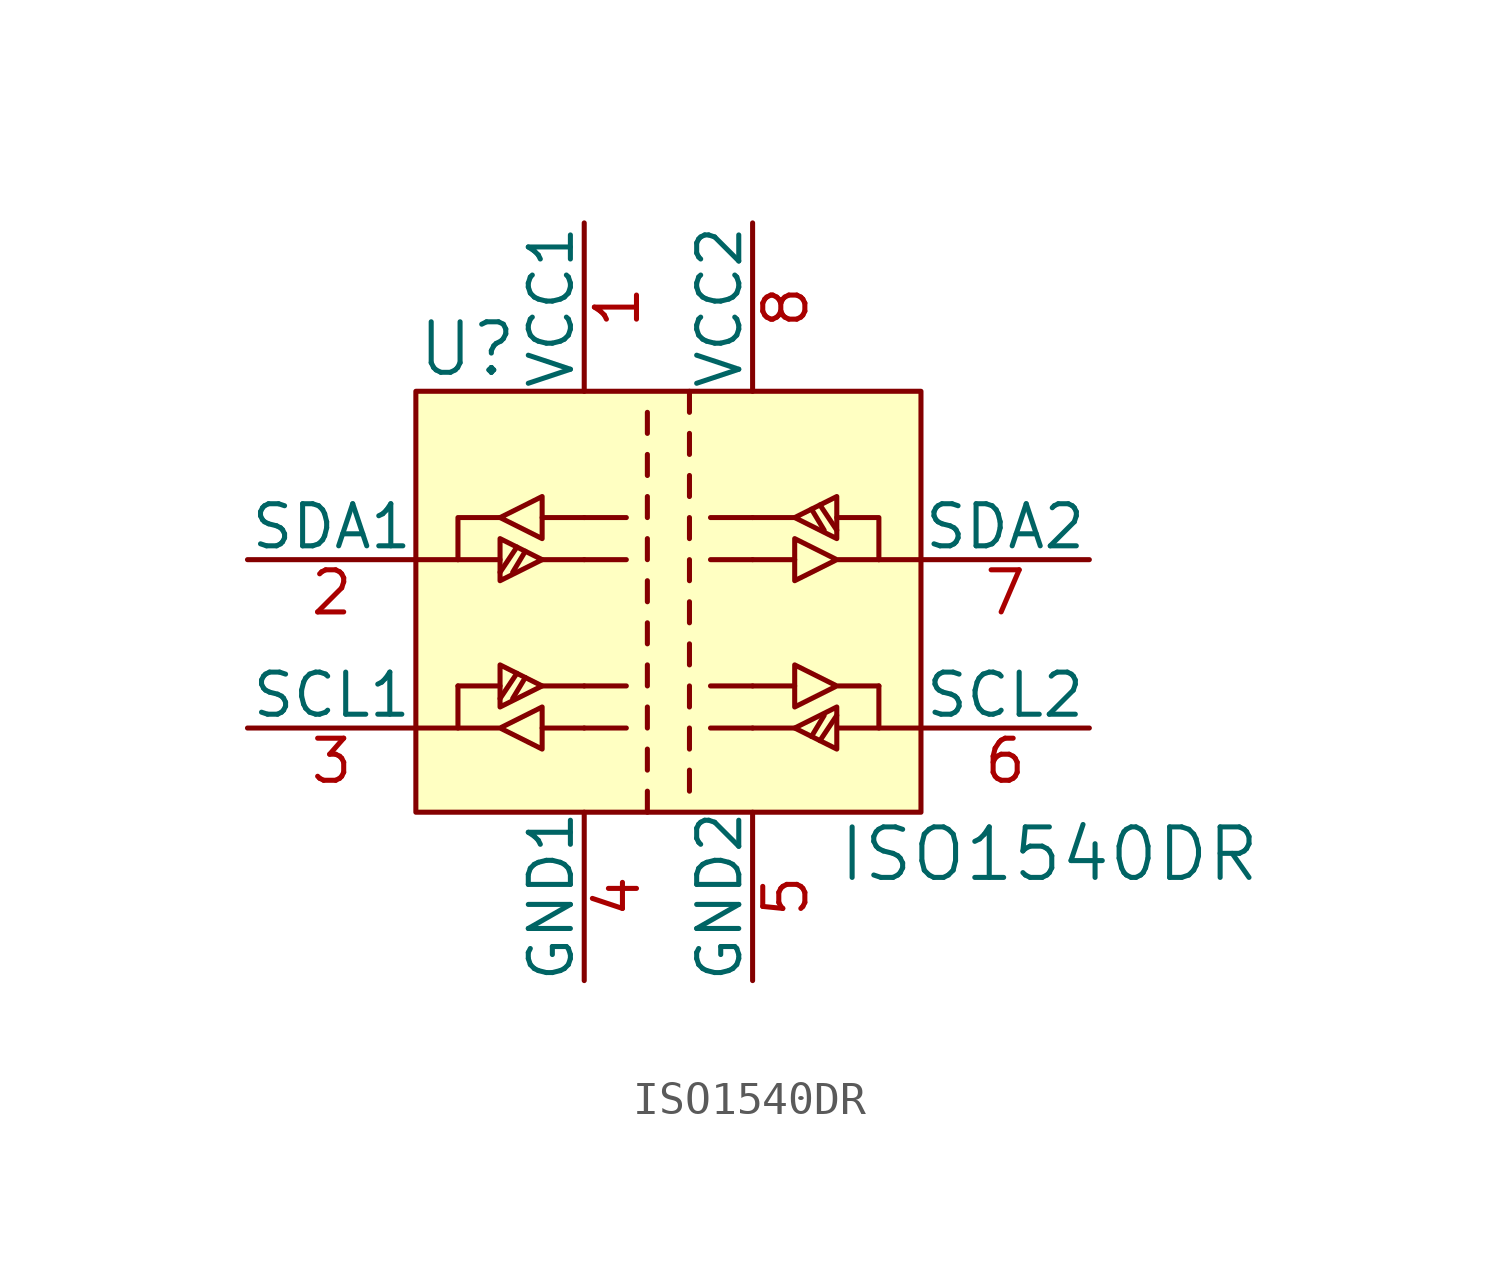
<source format=kicad_sym>
(kicad_symbol_lib
  (version 20211014)
  (generator kicad_symbol_editor)
  (symbol "ISO1540DR"
    (pin_names
      (offset 0))
    (property "Reference" "U"
      (at -7.62 8.89 0)
      (effects (font (size 1.524 1.524)) (justify left)))
    (property "Value" "ISO1540DR"
      (at 5.08 -6.35 0)
      (effects (font (size 1.524 1.524)) (justify left)))
    (symbol "ISO1540DR_0_1"
      (rectangle (start -7.62 -2.54) (end -6.35 -2.54) (stroke (width 0) (type default) (color 0 0 0 0)) (fill (type none)))
      (rectangle (start -7.62 2.54) (end -6.35 2.54) (stroke (width 0) (type default) (color 0 0 0 0)) (fill (type none)))
      (rectangle (start -7.62 7.62) (end 7.62 -5.08) (stroke (width 0) (type default) (color 0 0 0 0)) (fill (type background)))
      (rectangle (start -2.54 -2.54) (end -1.27 -2.54) (stroke (width 0) (type default) (color 0 0 0 0)) (fill (type none)))
      (rectangle (start -2.54 -1.27) (end -1.27 -1.27) (stroke (width 0) (type default) (color 0 0 0 0)) (fill (type none)))
      (rectangle (start -2.54 3.81) (end -1.27 3.81) (stroke (width 0) (type default) (color 0 0 0 0)) (fill (type none)))
      (rectangle (start -1.27 2.54) (end -2.54 2.54) (stroke (width 0) (type default) (color 0 0 0 0)) (fill (type none)))
      (rectangle (start -0.635 -5.08) (end -0.635 -4.445) (stroke (width 0) (type default) (color 0 0 0 0)) (fill (type none)))
      (rectangle (start -0.635 -3.81) (end -0.635 -3.175) (stroke (width 0) (type default) (color 0 0 0 0)) (fill (type none)))
      (rectangle (start -0.635 -2.54) (end -0.635 -1.905) (stroke (width 0) (type default) (color 0 0 0 0)) (fill (type none)))
      (rectangle (start -0.635 -1.27) (end -0.635 -0.635) (stroke (width 0) (type default) (color 0 0 0 0)) (fill (type none)))
      (rectangle (start -0.635 0) (end -0.635 0.635) (stroke (width 0) (type default) (color 0 0 0 0)) (fill (type none)))
      (rectangle (start -0.635 1.27) (end -0.635 1.905) (stroke (width 0) (type default) (color 0 0 0 0)) (fill (type none)))
      (rectangle (start -0.635 2.54) (end -0.635 3.175) (stroke (width 0) (type default) (color 0 0 0 0)) (fill (type none)))
      (rectangle (start -0.635 4.445) (end -0.635 3.81) (stroke (width 0) (type default) (color 0 0 0 0)) (fill (type none)))
      (rectangle (start -0.635 5.08) (end -0.635 5.715) (stroke (width 0) (type default) (color 0 0 0 0)) (fill (type none)))
      (rectangle (start -0.635 6.35) (end -0.635 6.985) (stroke (width 0) (type default) (color 0 0 0 0)) (fill (type none)))
      (polyline (pts (xy -6.35 -1.27) (xy -5.08 -1.27)) (stroke (width 0) (type default) (color 0 0 0 0)) (fill (type none)))
      (polyline (pts (xy -6.35 2.54) (xy -5.08 2.54)) (stroke (width 0) (type default) (color 0 0 0 0)) (fill (type none)))
      (polyline (pts (xy -4.572 -0.889) (xy -5.08 -1.651)) (stroke (width 0) (type default) (color 0 0 0 0)) (fill (type none)))
      (polyline (pts (xy -4.572 2.921) (xy -5.08 2.159)) (stroke (width 0) (type default) (color 0 0 0 0)) (fill (type none)))
      (polyline (pts (xy -4.318 -1.016) (xy -4.699 -1.651)) (stroke (width 0) (type default) (color 0 0 0 0)) (fill (type none)))
      (polyline (pts (xy -4.318 2.794) (xy -4.699 2.159)) (stroke (width 0) (type default) (color 0 0 0 0)) (fill (type none)))
      (polyline (pts (xy -3.81 -2.54) (xy -2.54 -2.54)) (stroke (width 0) (type default) (color 0 0 0 0)) (fill (type none)))
      (polyline (pts (xy -3.81 -1.27) (xy -2.54 -1.27)) (stroke (width 0) (type default) (color 0 0 0 0)) (fill (type none)))
      (polyline (pts (xy -3.81 2.54) (xy -2.54 2.54)) (stroke (width 0) (type default) (color 0 0 0 0)) (fill (type none)))
      (polyline (pts (xy -3.81 3.81) (xy -2.54 3.81)) (stroke (width 0) (type default) (color 0 0 0 0)) (fill (type none)))
      (polyline (pts (xy 3.81 -2.54) (xy 2.54 -2.54)) (stroke (width 0) (type default) (color 0 0 0 0)) (fill (type none)))
      (polyline (pts (xy 3.81 -1.27) (xy 2.54 -1.27)) (stroke (width 0) (type default) (color 0 0 0 0)) (fill (type none)))
      (polyline (pts (xy 3.81 2.54) (xy 2.54 2.54)) (stroke (width 0) (type default) (color 0 0 0 0)) (fill (type none)))
      (polyline (pts (xy 3.81 3.81) (xy 2.54 3.81)) (stroke (width 0) (type default) (color 0 0 0 0)) (fill (type none)))
      (polyline (pts (xy 4.318 -2.794) (xy 4.699 -2.159)) (stroke (width 0) (type default) (color 0 0 0 0)) (fill (type none)))
      (polyline (pts (xy 4.318 4.064) (xy 4.699 3.429)) (stroke (width 0) (type default) (color 0 0 0 0)) (fill (type none)))
      (polyline (pts (xy 4.572 -2.921) (xy 5.08 -2.159)) (stroke (width 0) (type default) (color 0 0 0 0)) (fill (type none)))
      (polyline (pts (xy 4.572 4.191) (xy 5.08 3.429)) (stroke (width 0) (type default) (color 0 0 0 0)) (fill (type none)))
      (polyline (pts (xy -6.35 2.54) (xy -6.35 3.81) (xy -5.08 3.81)) (stroke (width 0) (type default) (color 0 0 0 0)) (fill (type none)))
      (polyline (pts (xy 5.08 3.81) (xy 6.35 3.81) (xy 6.35 2.54)) (stroke (width 0) (type default) (color 0 0 0 0)) (fill (type none)))
      (polyline (pts (xy -5.08 -0.635) (xy -5.08 -1.905) (xy -3.81 -1.27) (xy -5.08 -0.635)) (stroke (width 0) (type default) (color 0 0 0 0)) (fill (type none)))
      (polyline (pts (xy -5.08 3.175) (xy -5.08 1.905) (xy -3.81 2.54) (xy -5.08 3.175)) (stroke (width 0) (type default) (color 0 0 0 0)) (fill (type none)))
      (polyline (pts (xy -5.08 3.81) (xy -3.81 3.175) (xy -3.81 4.445) (xy -5.08 3.81)) (stroke (width 0) (type default) (color 0 0 0 0)) (fill (type none)))
      (polyline (pts (xy 3.81 3.81) (xy 5.08 3.175) (xy 5.08 4.445) (xy 3.81 3.81)) (stroke (width 0) (type default) (color 0 0 0 0)) (fill (type none)))
      (polyline (pts (xy 6.35 -1.27) (xy 5.08 -1.27) (xy 3.81 -1.905) (xy 3.81 -0.635) (xy 5.08 -1.27)) (stroke (width 0) (type default) (color 0 0 0 0)) (fill (type none)))
      (polyline (pts (xy 6.35 2.54) (xy 5.08 2.54) (xy 3.81 3.175) (xy 3.81 1.905) (xy 5.08 2.54)) (stroke (width 0) (type default) (color 0 0 0 0)) (fill (type none)))
      (polyline (pts (xy -6.35 -1.27) (xy -6.35 -2.54) (xy -5.08 -2.54) (xy -3.81 -1.905) (xy -3.81 -3.175) (xy -5.08 -2.54)) (stroke (width 0) (type default) (color 0 0 0 0)) (fill (type none)))
      (polyline (pts (xy 6.35 -1.27) (xy 6.35 -2.54) (xy 5.08 -2.54) (xy 5.08 -1.905) (xy 3.81 -2.54) (xy 5.08 -3.175) (xy 5.08 -2.54)) (stroke (width 0) (type default) (color 0 0 0 0)) (fill (type none)))
      (rectangle (start 0.635 -4.445) (end 0.635 -3.81) (stroke (width 0) (type default) (color 0 0 0 0)) (fill (type none)))
      (rectangle (start 0.635 -3.175) (end 0.635 -2.54) (stroke (width 0) (type default) (color 0 0 0 0)) (fill (type none)))
      (rectangle (start 0.635 -1.905) (end 0.635 -1.27) (stroke (width 0) (type default) (color 0 0 0 0)) (fill (type none)))
      (rectangle (start 0.635 -0.635) (end 0.635 0) (stroke (width 0) (type default) (color 0 0 0 0)) (fill (type none)))
      (rectangle (start 0.635 0.635) (end 0.635 1.27) (stroke (width 0) (type default) (color 0 0 0 0)) (fill (type none)))
      (rectangle (start 0.635 1.905) (end 0.635 2.54) (stroke (width 0) (type default) (color 0 0 0 0)) (fill (type none)))
      (rectangle (start 0.635 3.175) (end 0.635 3.81) (stroke (width 0) (type default) (color 0 0 0 0)) (fill (type none)))
      (rectangle (start 0.635 4.445) (end 0.635 5.08) (stroke (width 0) (type default) (color 0 0 0 0)) (fill (type none)))
      (rectangle (start 0.635 5.715) (end 0.635 6.35) (stroke (width 0) (type default) (color 0 0 0 0)) (fill (type none)))
      (rectangle (start 0.635 6.985) (end 0.635 7.62) (stroke (width 0) (type default) (color 0 0 0 0)) (fill (type none)))
      (rectangle (start 2.54 -2.54) (end 1.27 -2.54) (stroke (width 0) (type default) (color 0 0 0 0)) (fill (type none)))
      (rectangle (start 2.54 -1.27) (end 1.27 -1.27) (stroke (width 0) (type default) (color 0 0 0 0)) (fill (type none)))
      (rectangle (start 2.54 2.54) (end 1.27 2.54) (stroke (width 0) (type default) (color 0 0 0 0)) (fill (type none)))
      (rectangle (start 2.54 3.81) (end 1.27 3.81) (stroke (width 0) (type default) (color 0 0 0 0)) (fill (type none)))
      (rectangle (start 7.62 -2.54) (end 6.35 -2.54) (stroke (width 0) (type default) (color 0 0 0 0)) (fill (type none)))
      (rectangle (start 7.62 2.54) (end 6.35 2.54) (stroke (width 0) (type default) (color 0 0 0 0)) (fill (type none))))
    (symbol "ISO1540DR_1_1"
      (pin power_in line (at -2.54 12.7 270) (length 5.08) (name "VCC1" (effects (font (size 1.27 1.27)))) (number "1" (effects (font (size 1.27 1.27)))))
      (pin bidirectional line (at -12.7 2.54 0) (length 5.08) (name "SDA1" (effects (font (size 1.27 1.27)))) (number "2" (effects (font (size 1.27 1.27)))))
      (pin bidirectional line (at -12.7 -2.54 0) (length 5.08) (name "SCL1" (effects (font (size 1.27 1.27)))) (number "3" (effects (font (size 1.27 1.27)))))
      (pin power_in line (at -2.54 -10.16 90) (length 5.08) (name "GND1" (effects (font (size 1.27 1.27)))) (number "4" (effects (font (size 1.27 1.27)))))
      (pin power_in line (at 2.54 -10.16 90) (length 5.08) (name "GND2" (effects (font (size 1.27 1.27)))) (number "5" (effects (font (size 1.27 1.27)))))
      (pin bidirectional line (at 12.7 -2.54 180) (length 5.08) (name "SCL2" (effects (font (size 1.27 1.27)))) (number "6" (effects (font (size 1.27 1.27)))))
      (pin bidirectional line (at 12.7 2.54 180) (length 5.08) (name "SDA2" (effects (font (size 1.27 1.27)))) (number "7" (effects (font (size 1.27 1.27)))))
      (pin power_in line (at 2.54 12.7 270) (length 5.08) (name "VCC2" (effects (font (size 1.27 1.27)))) (number "8" (effects (font (size 1.27 1.27))))))))
</source>
